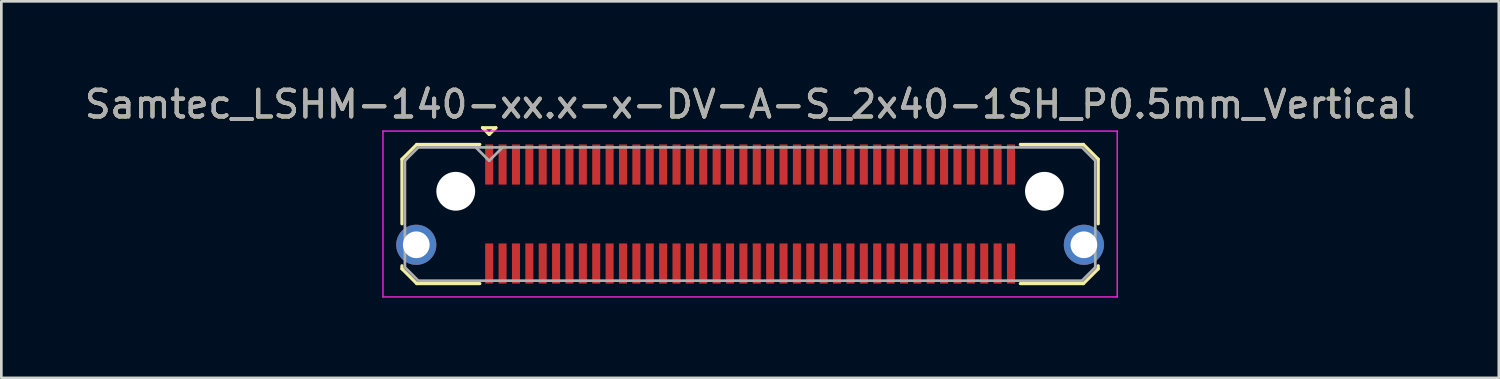
<source format=kicad_pcb>
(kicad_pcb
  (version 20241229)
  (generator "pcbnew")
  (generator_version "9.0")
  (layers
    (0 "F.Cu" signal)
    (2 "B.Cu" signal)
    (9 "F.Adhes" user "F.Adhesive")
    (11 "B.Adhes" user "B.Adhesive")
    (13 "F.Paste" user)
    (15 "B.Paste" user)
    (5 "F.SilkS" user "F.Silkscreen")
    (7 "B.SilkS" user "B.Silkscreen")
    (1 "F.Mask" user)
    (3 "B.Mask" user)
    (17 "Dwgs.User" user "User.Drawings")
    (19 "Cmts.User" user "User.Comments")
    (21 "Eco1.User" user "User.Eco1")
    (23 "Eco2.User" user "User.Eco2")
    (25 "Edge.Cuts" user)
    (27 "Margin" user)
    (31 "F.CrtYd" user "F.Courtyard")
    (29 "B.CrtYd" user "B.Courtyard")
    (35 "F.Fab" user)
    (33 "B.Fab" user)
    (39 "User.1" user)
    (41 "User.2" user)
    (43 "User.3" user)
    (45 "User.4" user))
  (footprint "Samtec_LSHM-140-xx.x-x-DV-A-S_2x40-1SH_P0.5mm_Vertical"
    (layer "F.Cu")
    (at 24.982 4.948)
    (property "Reference" "Samtec_LSHM-140-xx.x-x-DV-A-S_2x40-1SH_P0.5mm_Vertical" (at 0 -4.1 0) (layer "F.SilkS") (effects (font (size 1 1) (thickness 0.15))))
    (attr smd)
    (fp_line (start -13.01 -2.047) (end -13.01 0.365) (stroke (width 0.12) (type solid)) (layer "F.SilkS"))
    (fp_line (start -13.01 1.935) (end -13.01 2.047) (stroke (width 0.12) (type solid)) (layer "F.SilkS"))
    (fp_line (start -13.01 2.047) (end -12.457 2.6) (stroke (width 0.12) (type solid)) (layer "F.SilkS"))
    (fp_line (start -12.457 -2.6) (end -13.01 -2.047) (stroke (width 0.12) (type solid)) (layer "F.SilkS"))
    (fp_line (start -12.457 2.6) (end -10.1 2.6) (stroke (width 0.12) (type solid)) (layer "F.SilkS"))
    (fp_line (start -10.1 -2.6) (end -12.457 -2.6) (stroke (width 0.12) (type solid)) (layer "F.SilkS"))
    (fp_line (start -10 -3.225) (end -9.5 -3.225) (stroke (width 0.12) (type solid)) (layer "F.SilkS"))
    (fp_line (start -9.75 -2.975) (end -10 -3.225) (stroke (width 0.12) (type solid)) (layer "F.SilkS"))
    (fp_line (start -9.5 -3.225) (end -9.75 -2.975) (stroke (width 0.12) (type solid)) (layer "F.SilkS"))
    (fp_line (start 10.1 -2.6) (end 12.457 -2.6) (stroke (width 0.12) (type solid)) (layer "F.SilkS"))
    (fp_line (start 12.457 -2.6) (end 13.01 -2.047) (stroke (width 0.12) (type solid)) (layer "F.SilkS"))
    (fp_line (start 12.457 2.6) (end 10.1 2.6) (stroke (width 0.12) (type solid)) (layer "F.SilkS"))
    (fp_line (start 13.01 -2.047) (end 13.01 0.365) (stroke (width 0.12) (type solid)) (layer "F.SilkS"))
    (fp_line (start 13.01 1.935) (end 13.01 2.047) (stroke (width 0.12) (type solid)) (layer "F.SilkS"))
    (fp_line (start 13.01 2.047) (end 12.457 2.6) (stroke (width 0.12) (type solid)) (layer "F.SilkS"))
    (fp_line (start -13.72 -3.1) (end -13.72 3.1) (stroke (width 0.05) (type solid)) (layer "F.CrtYd"))
    (fp_line (start -13.72 3.1) (end 13.72 3.1) (stroke (width 0.05) (type solid)) (layer "F.CrtYd"))
    (fp_line (start 13.72 -3.1) (end -13.72 -3.1) (stroke (width 0.05) (type solid)) (layer "F.CrtYd"))
    (fp_line (start 13.72 3.1) (end 13.72 -3.1) (stroke (width 0.05) (type solid)) (layer "F.CrtYd"))
    (fp_line (start -12.9 -1.992) (end -12.9 1.992) (stroke (width 0.1) (type solid)) (layer "F.Fab"))
    (fp_line (start -12.9 1.992) (end -12.402 2.49) (stroke (width 0.1) (type solid)) (layer "F.Fab"))
    (fp_line (start -12.402 -2.49) (end -12.9 -1.992) (stroke (width 0.1) (type solid)) (layer "F.Fab"))
    (fp_line (start -12.402 2.49) (end 12.402 2.49) (stroke (width 0.1) (type solid)) (layer "F.Fab"))
    (fp_line (start -9.75 -1.99) (end -10.25 -2.49) (stroke (width 0.1) (type solid)) (layer "F.Fab"))
    (fp_line (start -9.25 -2.49) (end -9.75 -1.99) (stroke (width 0.1) (type solid)) (layer "F.Fab"))
    (fp_line (start 12.402 -2.49) (end -12.402 -2.49) (stroke (width 0.1) (type solid)) (layer "F.Fab"))
    (fp_line (start 12.402 2.49) (end 12.9 1.992) (stroke (width 0.1) (type solid)) (layer "F.Fab"))
    (fp_line (start 12.9 -1.992) (end 12.402 -2.49) (stroke (width 0.1) (type solid)) (layer "F.Fab"))
    (fp_line (start 12.9 1.992) (end 12.9 -1.992) (stroke (width 0.1) (type solid)) (layer "F.Fab"))
    (fp_text user "${REFERENCE}" (at 0 -4.1 0) (layer "F.Fab") (effects (font (size 1 1) (thickness 0.15))))
    (pad "" np_thru_hole circle (at -11 -0.85) (size 1.45 1.45) (drill 1.45) (layers "*.Cu" "*.Mask"))
    (pad "" np_thru_hole circle (at 11 -0.85) (size 1.45 1.45) (drill 1.45) (layers "*.Cu" "*.Mask"))
    (pad "1" smd rect (at -9.75 -1.85) (size 0.3 1.5) (layers "F.Cu" "F.Mask" "F.Paste"))
    (pad "2" smd rect (at -9.75 1.85) (size 0.3 1.5) (layers "F.Cu" "F.Mask" "F.Paste"))
    (pad "3" smd rect (at -9.25 -1.85) (size 0.3 1.5) (layers "F.Cu" "F.Mask" "F.Paste"))
    (pad "4" smd rect (at -9.25 1.85) (size 0.3 1.5) (layers "F.Cu" "F.Mask" "F.Paste"))
    (pad "5" smd rect (at -8.75 -1.85) (size 0.3 1.5) (layers "F.Cu" "F.Mask" "F.Paste"))
    (pad "6" smd rect (at -8.75 1.85) (size 0.3 1.5) (layers "F.Cu" "F.Mask" "F.Paste"))
    (pad "7" smd rect (at -8.25 -1.85) (size 0.3 1.5) (layers "F.Cu" "F.Mask" "F.Paste"))
    (pad "8" smd rect (at -8.25 1.85) (size 0.3 1.5) (layers "F.Cu" "F.Mask" "F.Paste"))
    (pad "9" smd rect (at -7.75 -1.85) (size 0.3 1.5) (layers "F.Cu" "F.Mask" "F.Paste"))
    (pad "10" smd rect (at -7.75 1.85) (size 0.3 1.5) (layers "F.Cu" "F.Mask" "F.Paste"))
    (pad "11" smd rect (at -7.25 -1.85) (size 0.3 1.5) (layers "F.Cu" "F.Mask" "F.Paste"))
    (pad "12" smd rect (at -7.25 1.85) (size 0.3 1.5) (layers "F.Cu" "F.Mask" "F.Paste"))
    (pad "13" smd rect (at -6.75 -1.85) (size 0.3 1.5) (layers "F.Cu" "F.Mask" "F.Paste"))
    (pad "14" smd rect (at -6.75 1.85) (size 0.3 1.5) (layers "F.Cu" "F.Mask" "F.Paste"))
    (pad "15" smd rect (at -6.25 -1.85) (size 0.3 1.5) (layers "F.Cu" "F.Mask" "F.Paste"))
    (pad "16" smd rect (at -6.25 1.85) (size 0.3 1.5) (layers "F.Cu" "F.Mask" "F.Paste"))
    (pad "17" smd rect (at -5.75 -1.85) (size 0.3 1.5) (layers "F.Cu" "F.Mask" "F.Paste"))
    (pad "18" smd rect (at -5.75 1.85) (size 0.3 1.5) (layers "F.Cu" "F.Mask" "F.Paste"))
    (pad "19" smd rect (at -5.25 -1.85) (size 0.3 1.5) (layers "F.Cu" "F.Mask" "F.Paste"))
    (pad "20" smd rect (at -5.25 1.85) (size 0.3 1.5) (layers "F.Cu" "F.Mask" "F.Paste"))
    (pad "21" smd rect (at -4.75 -1.85) (size 0.3 1.5) (layers "F.Cu" "F.Mask" "F.Paste"))
    (pad "22" smd rect (at -4.75 1.85) (size 0.3 1.5) (layers "F.Cu" "F.Mask" "F.Paste"))
    (pad "23" smd rect (at -4.25 -1.85) (size 0.3 1.5) (layers "F.Cu" "F.Mask" "F.Paste"))
    (pad "24" smd rect (at -4.25 1.85) (size 0.3 1.5) (layers "F.Cu" "F.Mask" "F.Paste"))
    (pad "25" smd rect (at -3.75 -1.85) (size 0.3 1.5) (layers "F.Cu" "F.Mask" "F.Paste"))
    (pad "26" smd rect (at -3.75 1.85) (size 0.3 1.5) (layers "F.Cu" "F.Mask" "F.Paste"))
    (pad "27" smd rect (at -3.25 -1.85) (size 0.3 1.5) (layers "F.Cu" "F.Mask" "F.Paste"))
    (pad "28" smd rect (at -3.25 1.85) (size 0.3 1.5) (layers "F.Cu" "F.Mask" "F.Paste"))
    (pad "29" smd rect (at -2.75 -1.85) (size 0.3 1.5) (layers "F.Cu" "F.Mask" "F.Paste"))
    (pad "30" smd rect (at -2.75 1.85) (size 0.3 1.5) (layers "F.Cu" "F.Mask" "F.Paste"))
    (pad "31" smd rect (at -2.25 -1.85) (size 0.3 1.5) (layers "F.Cu" "F.Mask" "F.Paste"))
    (pad "32" smd rect (at -2.25 1.85) (size 0.3 1.5) (layers "F.Cu" "F.Mask" "F.Paste"))
    (pad "33" smd rect (at -1.75 -1.85) (size 0.3 1.5) (layers "F.Cu" "F.Mask" "F.Paste"))
    (pad "34" smd rect (at -1.75 1.85) (size 0.3 1.5) (layers "F.Cu" "F.Mask" "F.Paste"))
    (pad "35" smd rect (at -1.25 -1.85) (size 0.3 1.5) (layers "F.Cu" "F.Mask" "F.Paste"))
    (pad "36" smd rect (at -1.25 1.85) (size 0.3 1.5) (layers "F.Cu" "F.Mask" "F.Paste"))
    (pad "37" smd rect (at -0.75 -1.85) (size 0.3 1.5) (layers "F.Cu" "F.Mask" "F.Paste"))
    (pad "38" smd rect (at -0.75 1.85) (size 0.3 1.5) (layers "F.Cu" "F.Mask" "F.Paste"))
    (pad "39" smd rect (at -0.25 -1.85) (size 0.3 1.5) (layers "F.Cu" "F.Mask" "F.Paste"))
    (pad "40" smd rect (at -0.25 1.85) (size 0.3 1.5) (layers "F.Cu" "F.Mask" "F.Paste"))
    (pad "41" smd rect (at 0.25 -1.85) (size 0.3 1.5) (layers "F.Cu" "F.Mask" "F.Paste"))
    (pad "42" smd rect (at 0.25 1.85) (size 0.3 1.5) (layers "F.Cu" "F.Mask" "F.Paste"))
    (pad "43" smd rect (at 0.75 -1.85) (size 0.3 1.5) (layers "F.Cu" "F.Mask" "F.Paste"))
    (pad "44" smd rect (at 0.75 1.85) (size 0.3 1.5) (layers "F.Cu" "F.Mask" "F.Paste"))
    (pad "45" smd rect (at 1.25 -1.85) (size 0.3 1.5) (layers "F.Cu" "F.Mask" "F.Paste"))
    (pad "46" smd rect (at 1.25 1.85) (size 0.3 1.5) (layers "F.Cu" "F.Mask" "F.Paste"))
    (pad "47" smd rect (at 1.75 -1.85) (size 0.3 1.5) (layers "F.Cu" "F.Mask" "F.Paste"))
    (pad "48" smd rect (at 1.75 1.85) (size 0.3 1.5) (layers "F.Cu" "F.Mask" "F.Paste"))
    (pad "49" smd rect (at 2.25 -1.85) (size 0.3 1.5) (layers "F.Cu" "F.Mask" "F.Paste"))
    (pad "50" smd rect (at 2.25 1.85) (size 0.3 1.5) (layers "F.Cu" "F.Mask" "F.Paste"))
    (pad "51" smd rect (at 2.75 -1.85) (size 0.3 1.5) (layers "F.Cu" "F.Mask" "F.Paste"))
    (pad "52" smd rect (at 2.75 1.85) (size 0.3 1.5) (layers "F.Cu" "F.Mask" "F.Paste"))
    (pad "53" smd rect (at 3.25 -1.85) (size 0.3 1.5) (layers "F.Cu" "F.Mask" "F.Paste"))
    (pad "54" smd rect (at 3.25 1.85) (size 0.3 1.5) (layers "F.Cu" "F.Mask" "F.Paste"))
    (pad "55" smd rect (at 3.75 -1.85) (size 0.3 1.5) (layers "F.Cu" "F.Mask" "F.Paste"))
    (pad "56" smd rect (at 3.75 1.85) (size 0.3 1.5) (layers "F.Cu" "F.Mask" "F.Paste"))
    (pad "57" smd rect (at 4.25 -1.85) (size 0.3 1.5) (layers "F.Cu" "F.Mask" "F.Paste"))
    (pad "58" smd rect (at 4.25 1.85) (size 0.3 1.5) (layers "F.Cu" "F.Mask" "F.Paste"))
    (pad "59" smd rect (at 4.75 -1.85) (size 0.3 1.5) (layers "F.Cu" "F.Mask" "F.Paste"))
    (pad "60" smd rect (at 4.75 1.85) (size 0.3 1.5) (layers "F.Cu" "F.Mask" "F.Paste"))
    (pad "61" smd rect (at 5.25 -1.85) (size 0.3 1.5) (layers "F.Cu" "F.Mask" "F.Paste"))
    (pad "62" smd rect (at 5.25 1.85) (size 0.3 1.5) (layers "F.Cu" "F.Mask" "F.Paste"))
    (pad "63" smd rect (at 5.75 -1.85) (size 0.3 1.5) (layers "F.Cu" "F.Mask" "F.Paste"))
    (pad "64" smd rect (at 5.75 1.85) (size 0.3 1.5) (layers "F.Cu" "F.Mask" "F.Paste"))
    (pad "65" smd rect (at 6.25 -1.85) (size 0.3 1.5) (layers "F.Cu" "F.Mask" "F.Paste"))
    (pad "66" smd rect (at 6.25 1.85) (size 0.3 1.5) (layers "F.Cu" "F.Mask" "F.Paste"))
    (pad "67" smd rect (at 6.75 -1.85) (size 0.3 1.5) (layers "F.Cu" "F.Mask" "F.Paste"))
    (pad "68" smd rect (at 6.75 1.85) (size 0.3 1.5) (layers "F.Cu" "F.Mask" "F.Paste"))
    (pad "69" smd rect (at 7.25 -1.85) (size 0.3 1.5) (layers "F.Cu" "F.Mask" "F.Paste"))
    (pad "70" smd rect (at 7.25 1.85) (size 0.3 1.5) (layers "F.Cu" "F.Mask" "F.Paste"))
    (pad "71" smd rect (at 7.75 -1.85) (size 0.3 1.5) (layers "F.Cu" "F.Mask" "F.Paste"))
    (pad "72" smd rect (at 7.75 1.85) (size 0.3 1.5) (layers "F.Cu" "F.Mask" "F.Paste"))
    (pad "73" smd rect (at 8.25 -1.85) (size 0.3 1.5) (layers "F.Cu" "F.Mask" "F.Paste"))
    (pad "74" smd rect (at 8.25 1.85) (size 0.3 1.5) (layers "F.Cu" "F.Mask" "F.Paste"))
    (pad "75" smd rect (at 8.75 -1.85) (size 0.3 1.5) (layers "F.Cu" "F.Mask" "F.Paste"))
    (pad "76" smd rect (at 8.75 1.85) (size 0.3 1.5) (layers "F.Cu" "F.Mask" "F.Paste"))
    (pad "77" smd rect (at 9.25 -1.85) (size 0.3 1.5) (layers "F.Cu" "F.Mask" "F.Paste"))
    (pad "78" smd rect (at 9.25 1.85) (size 0.3 1.5) (layers "F.Cu" "F.Mask" "F.Paste"))
    (pad "79" smd rect (at 9.75 -1.85) (size 0.3 1.5) (layers "F.Cu" "F.Mask" "F.Paste"))
    (pad "80" smd rect (at 9.75 1.85) (size 0.3 1.5) (layers "F.Cu" "F.Mask" "F.Paste"))
    (pad "SH" thru_hole circle (at -12.475 1.15) (size 1.5 1.5) (drill 1) (layers "*.Cu" "*.Mask"))
    (pad "SH" thru_hole circle (at 12.475 1.15) (size 1.5 1.5) (drill 1) (layers "*.Cu" "*.Mask")))
  (gr_rect
    (start -3 -3)
    (end 52.964 11.073)
    (stroke (width 0.1) (type default))
    (fill no)
    (layer "Edge.Cuts")))
</source>
